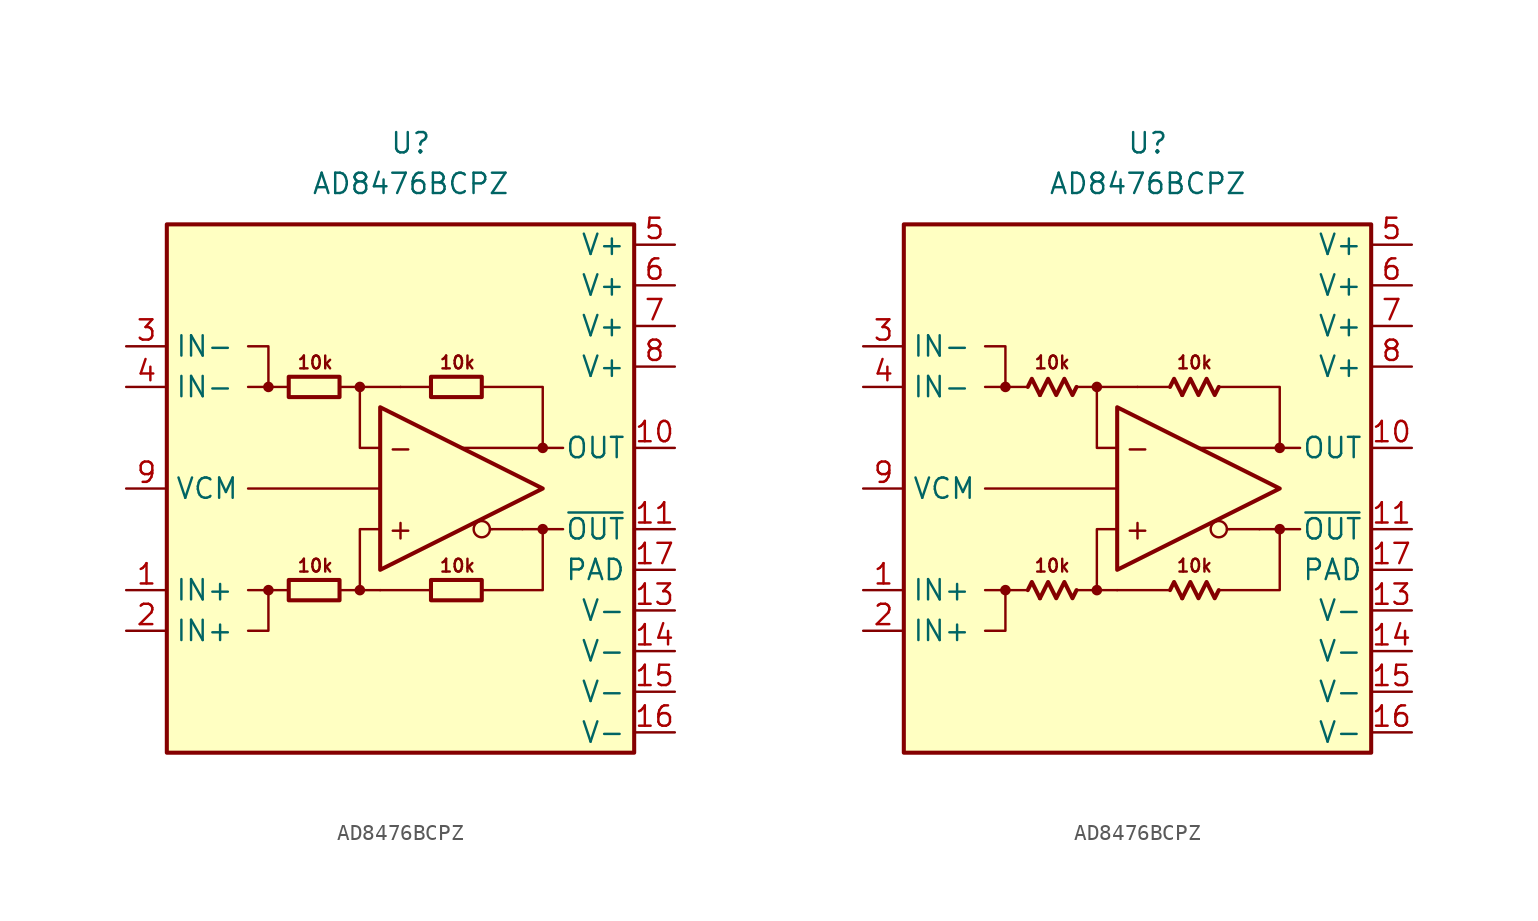
<source format=kicad_sym>
(kicad_symbol_lib
  (version 20231120)
  (generator "kicad_symbol_editor")
  (generator_version "8.0")
  (symbol "AD8476BCPZ"
    (property "Reference" "U"
      (at 0 21.59 0)
      (effects (font (size 1.27 1.27))))
    (property "Value" "AD8476BCPZ"
      (at 0 19.05 0)
      (effects (font (size 1.27 1.27))))
    (symbol "AD8476BCPZ_0_0"
      (rectangle (start -15.24 16.51) (end 13.97 -16.51) (stroke (width 0.254) (type default)) (fill (type background)))
      (circle (center -8.89 -6.35) (radius 0.254) (stroke (width 0.152) (type default)) (fill (type outline)))
      (circle (center -8.89 6.35) (radius 0.254) (stroke (width 0.152) (type default)) (fill (type outline)))
      (circle (center -3.175 -6.35) (radius 0.254) (stroke (width 0.152) (type default)) (fill (type outline)))
      (circle (center -3.175 6.35) (radius 0.254) (stroke (width 0.152) (type default)) (fill (type outline)))
      (polyline (pts (xy -7.62 -6.35) (xy -8.89 -6.35)) (stroke (width 0.152) (type default)) (fill (type none)))
      (polyline (pts (xy -7.62 6.35) (xy -8.89 6.35)) (stroke (width 0.152) (type default)) (fill (type none)))
      (polyline (pts (xy -3.175 6.35) (xy -0.635 6.35)) (stroke (width 0.152) (type default)) (fill (type none)))
      (polyline (pts (xy -1.905 -6.35) (xy -3.175 -6.35)) (stroke (width 0.152) (type default)) (fill (type none)))
      (polyline (pts (xy -1.905 0) (xy -10.16 0)) (stroke (width 0) (type default)) (fill (type none)))
      (polyline (pts (xy 1.27 -6.35) (xy -1.905 -6.35)) (stroke (width 0.152) (type default)) (fill (type none)))
      (polyline (pts (xy 1.27 6.35) (xy -0.635 6.35)) (stroke (width 0.152) (type default)) (fill (type none)))
      (polyline (pts (xy 5.08 -2.54) (xy 4.953 -2.54)) (stroke (width 0.152) (type default)) (fill (type none)))
      (polyline (pts (xy 6.985 -2.54) (xy 5.08 -2.54)) (stroke (width 0.152) (type default)) (fill (type none)))
      (polyline (pts (xy 8.255 -2.54) (xy 9.525 -2.54)) (stroke (width 0.152) (type default)) (fill (type none)))
      (polyline (pts (xy 8.255 2.54) (xy 9.525 2.54)) (stroke (width 0.152) (type default)) (fill (type none)))
      (polyline (pts (xy -10.16 -6.35) (xy -8.89 -6.35) (xy -8.89 -8.89) (xy -10.16 -8.89)) (stroke (width 0.152) (type default)) (fill (type none)))
      (polyline (pts (xy -10.16 6.35) (xy -8.89 6.35) (xy -8.89 8.89) (xy -10.16 8.89)) (stroke (width 0.152) (type default)) (fill (type none)))
      (polyline (pts (xy -4.445 -6.35) (xy -3.175 -6.35) (xy -3.175 -2.54) (xy -1.905 -2.54)) (stroke (width 0.152) (type default)) (fill (type none)))
      (polyline (pts (xy -1.905 2.54) (xy -3.175 2.54) (xy -3.175 6.35) (xy -4.445 6.35)) (stroke (width 0.152) (type default)) (fill (type none)))
      (polyline (pts (xy 4.445 6.35) (xy 8.255 6.35) (xy 8.255 2.54) (xy 3.175 2.54)) (stroke (width 0.152) (type default)) (fill (type none)))
      (polyline (pts (xy 6.985 -2.54) (xy 8.255 -2.54) (xy 8.255 -6.35) (xy 4.445 -6.35)) (stroke (width 0.152) (type default)) (fill (type none)))
      (circle (center 4.445 -2.54) (radius 0.508) (stroke (width 0.152) (type default)) (fill (type none)))
      (circle (center 8.255 -2.54) (radius 0.254) (stroke (width 0.152) (type default)) (fill (type outline)))
      (circle (center 8.255 2.54) (radius 0.254) (stroke (width 0.152) (type default)) (fill (type outline)))
      (text "+" (at -0.635 -2.54 0) (effects (font (size 1.27 1.27))))
      (text "-" (at -0.635 2.54 0) (effects (font (size 1.27 1.27))))
      (text "10k" (at -5.969 -4.826 0) (effects (font (size 0.8 0.8))))
      (text "10k" (at -5.969 7.874 0) (effects (font (size 0.8 0.8))))
      (text "10k" (at 2.921 -4.826 0) (effects (font (size 0.8 0.8))))
      (text "10k" (at 2.921 7.874 0) (effects (font (size 0.8 0.8)))))
    (symbol "AD8476BCPZ_0_1"
      (rectangle (start -7.62 -5.715) (end -4.445 -6.985) (stroke (width 0.254) (type default)) (fill (type none)))
      (rectangle (start -7.62 6.985) (end -4.445 5.715) (stroke (width 0.254) (type default)) (fill (type none)))
      (rectangle (start 1.27 -5.715) (end 4.445 -6.985) (stroke (width 0.254) (type default)) (fill (type none)))
      (rectangle (start 1.27 6.985) (end 4.445 5.715) (stroke (width 0.254) (type default)) (fill (type none))))
    (symbol "AD8476BCPZ_0_2"
      (polyline (pts (xy -6.731 -6.858) (xy -7.239 -5.842) (xy -7.493 -6.35)) (stroke (width 0.254) (type default)) (fill (type none)))
      (polyline (pts (xy -6.731 5.842) (xy -7.239 6.858) (xy -7.493 6.35)) (stroke (width 0.254) (type default)) (fill (type none)))
      (polyline (pts (xy 2.159 -6.858) (xy 1.651 -5.842) (xy 1.397 -6.35)) (stroke (width 0.254) (type default)) (fill (type none)))
      (polyline (pts (xy 2.159 5.842) (xy 1.651 6.858) (xy 1.397 6.35)) (stroke (width 0.254) (type default)) (fill (type none)))
      (polyline (pts (xy -4.445 -6.35) (xy -4.699 -6.858) (xy -5.207 -5.842) (xy -5.715 -6.858) (xy -6.223 -5.842) (xy -6.731 -6.858)) (stroke (width 0.254) (type default)) (fill (type none)))
      (polyline (pts (xy -4.445 6.35) (xy -4.699 5.842) (xy -5.207 6.858) (xy -5.715 5.842) (xy -6.223 6.858) (xy -6.731 5.842)) (stroke (width 0.254) (type default)) (fill (type none)))
      (polyline (pts (xy 4.445 -6.35) (xy 4.191 -6.858) (xy 3.683 -5.842) (xy 3.175 -6.858) (xy 2.667 -5.842) (xy 2.159 -6.858)) (stroke (width 0.254) (type default)) (fill (type none)))
      (polyline (pts (xy 4.445 6.35) (xy 4.191 5.842) (xy 3.683 6.858) (xy 3.175 5.842) (xy 2.667 6.858) (xy 2.159 5.842)) (stroke (width 0.254) (type default)) (fill (type none))))
    (symbol "AD8476BCPZ_1_0"
      (polyline (pts (xy -1.905 5.08) (xy -1.905 -5.08) (xy 8.255 0) (xy -1.905 5.08)) (stroke (width 0.254) (type default)) (fill (type none))))
    (symbol "AD8476BCPZ_1_1"
      (pin input line (at -17.78 -6.35 0) (length 2.54) (name "IN+" (effects (font (size 1.27 1.27)))) (number "1" (effects (font (size 1.27 1.27)))))
      (pin output line (at 16.51 2.54 180) (length 2.54) (name "OUT" (effects (font (size 1.27 1.27)))) (number "10" (effects (font (size 1.27 1.27)))))
      (pin output line (at 16.51 -2.54 180) (length 2.54) (name "~{OUT}" (effects (font (size 1.27 1.27)))) (number "11" (effects (font (size 1.27 1.27)))))
      (pin free line (at 1.27 -13.97 0) (length 2.54) hide (name "NC" (effects (font (size 1.27 1.27)))) (number "12" (effects (font (size 1.27 1.27)))))
      (pin power_in line (at 16.51 -7.62 180) (length 2.54) (name "V-" (effects (font (size 1.27 1.27)))) (number "13" (effects (font (size 1.27 1.27)))))
      (pin power_in line (at 16.51 -10.16 180) (length 2.54) (name "V-" (effects (font (size 1.27 1.27)))) (number "14" (effects (font (size 1.27 1.27)))))
      (pin power_in line (at 16.51 -12.7 180) (length 2.54) (name "V-" (effects (font (size 1.27 1.27)))) (number "15" (effects (font (size 1.27 1.27)))))
      (pin power_in line (at 16.51 -15.24 180) (length 2.54) (name "V-" (effects (font (size 1.27 1.27)))) (number "16" (effects (font (size 1.27 1.27)))))
      (pin power_in line (at 16.51 -5.08 180) (length 2.54) (name "PAD" (effects (font (size 1.27 1.27)))) (number "17" (effects (font (size 1.27 1.27)))))
      (pin input line (at -17.78 -8.89 0) (length 2.54) (name "IN+" (effects (font (size 1.27 1.27)))) (number "2" (effects (font (size 1.27 1.27)))))
      (pin input line (at -17.78 8.89 0) (length 2.54) (name "IN-" (effects (font (size 1.27 1.27)))) (number "3" (effects (font (size 1.27 1.27)))))
      (pin input line (at -17.78 6.35 0) (length 2.54) (name "IN-" (effects (font (size 1.27 1.27)))) (number "4" (effects (font (size 1.27 1.27)))))
      (pin power_in line (at 16.51 15.24 180) (length 2.54) (name "V+" (effects (font (size 1.27 1.27)))) (number "5" (effects (font (size 1.27 1.27)))))
      (pin power_in line (at 16.51 12.7 180) (length 2.54) (name "V+" (effects (font (size 1.27 1.27)))) (number "6" (effects (font (size 1.27 1.27)))))
      (pin power_in line (at 16.51 10.16 180) (length 2.54) (name "V+" (effects (font (size 1.27 1.27)))) (number "7" (effects (font (size 1.27 1.27)))))
      (pin power_in line (at 16.51 7.62 180) (length 2.54) (name "V+" (effects (font (size 1.27 1.27)))) (number "8" (effects (font (size 1.27 1.27)))))
      (pin input line (at -17.78 0 0) (length 2.54) (name "VCM" (effects (font (size 1.27 1.27)))) (number "9" (effects (font (size 1.27 1.27))))))
    (symbol "AD8476BCPZ_1_2"
      (pin input line (at -17.78 -6.35 0) (length 2.54) (name "IN+" (effects (font (size 1.27 1.27)))) (number "1" (effects (font (size 1.27 1.27)))))
      (pin output line (at 16.51 2.54 180) (length 2.54) (name "OUT" (effects (font (size 1.27 1.27)))) (number "10" (effects (font (size 1.27 1.27)))))
      (pin output line (at 16.51 -2.54 180) (length 2.54) (name "~{OUT}" (effects (font (size 1.27 1.27)))) (number "11" (effects (font (size 1.27 1.27)))))
      (pin free line (at 1.27 -13.97 0) (length 2.54) hide (name "NC" (effects (font (size 1.27 1.27)))) (number "12" (effects (font (size 1.27 1.27)))))
      (pin power_in line (at 16.51 -7.62 180) (length 2.54) (name "V-" (effects (font (size 1.27 1.27)))) (number "13" (effects (font (size 1.27 1.27)))))
      (pin power_in line (at 16.51 -10.16 180) (length 2.54) (name "V-" (effects (font (size 1.27 1.27)))) (number "14" (effects (font (size 1.27 1.27)))))
      (pin power_in line (at 16.51 -12.7 180) (length 2.54) (name "V-" (effects (font (size 1.27 1.27)))) (number "15" (effects (font (size 1.27 1.27)))))
      (pin power_in line (at 16.51 -15.24 180) (length 2.54) (name "V-" (effects (font (size 1.27 1.27)))) (number "16" (effects (font (size 1.27 1.27)))))
      (pin power_in line (at 16.51 -5.08 180) (length 2.54) (name "PAD" (effects (font (size 1.27 1.27)))) (number "17" (effects (font (size 1.27 1.27)))))
      (pin input line (at -17.78 -8.89 0) (length 2.54) (name "IN+" (effects (font (size 1.27 1.27)))) (number "2" (effects (font (size 1.27 1.27)))))
      (pin input line (at -17.78 8.89 0) (length 2.54) (name "IN-" (effects (font (size 1.27 1.27)))) (number "3" (effects (font (size 1.27 1.27)))))
      (pin input line (at -17.78 6.35 0) (length 2.54) (name "IN-" (effects (font (size 1.27 1.27)))) (number "4" (effects (font (size 1.27 1.27)))))
      (pin power_in line (at 16.51 15.24 180) (length 2.54) (name "V+" (effects (font (size 1.27 1.27)))) (number "5" (effects (font (size 1.27 1.27)))))
      (pin power_in line (at 16.51 12.7 180) (length 2.54) (name "V+" (effects (font (size 1.27 1.27)))) (number "6" (effects (font (size 1.27 1.27)))))
      (pin power_in line (at 16.51 10.16 180) (length 2.54) (name "V+" (effects (font (size 1.27 1.27)))) (number "7" (effects (font (size 1.27 1.27)))))
      (pin power_in line (at 16.51 7.62 180) (length 2.54) (name "V+" (effects (font (size 1.27 1.27)))) (number "8" (effects (font (size 1.27 1.27)))))
      (pin input line (at -17.78 0 0) (length 2.54) (name "VCM" (effects (font (size 1.27 1.27)))) (number "9" (effects (font (size 1.27 1.27))))))))
</source>
